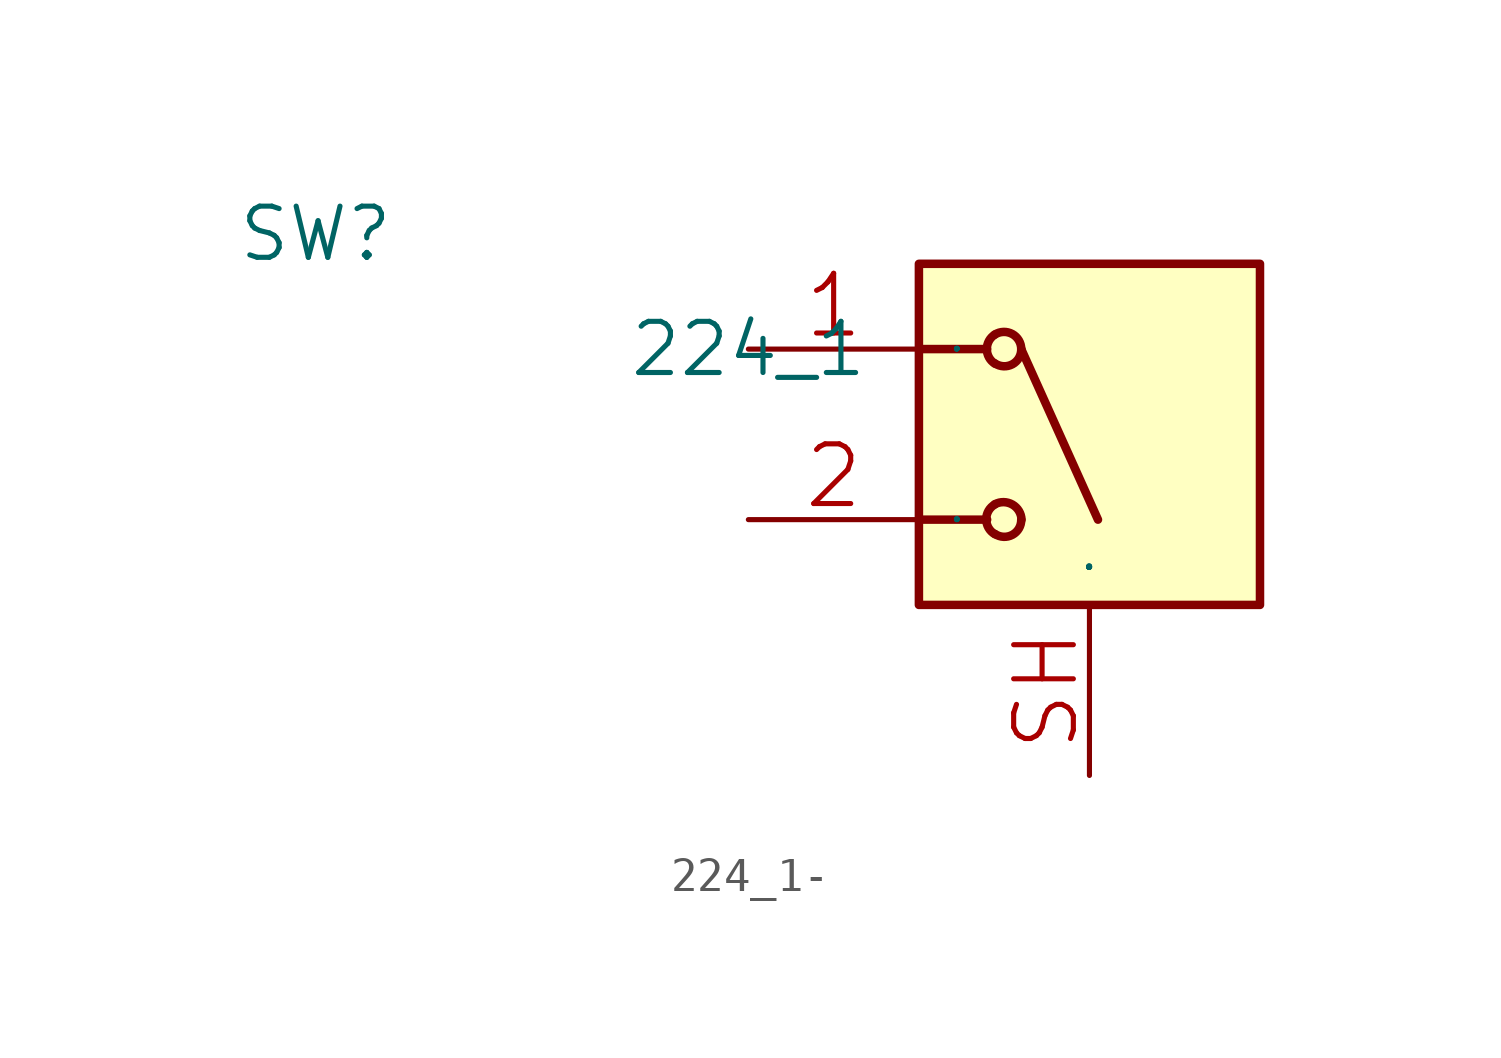
<source format=kicad_sym>
(kicad_symbol_lib
  (version 20220914)
  (generator kicad_symbol_editor)
  (symbol "224_1-"
    (pin_names
      (offset 1.016))
    (property "Reference" "SW"
      (at -15.24 2.54 0)
      (effects (font (size 1.524 1.524)) (justify left bottom)))
    (property "Value" "224_1"
      (at 0 0 0)
      (effects (font (size 1.524 1.524))))
    (property "Footprint" ""
      (at 0 0 0)
      (effects (font (size 1.524 1.524))))
    (property "Datasheet" ""
      (at 0 0 0)
      (effects (font (size 1.524 1.524))))
    (symbol "224_1-_0_1"
      (polyline (pts (xy 5.08 -5.08) (xy 7.112 -5.08)) (stroke (width 0.254) (type solid)) (fill (type none)))
      (polyline (pts (xy 5.08 0) (xy 7.112 0)) (stroke (width 0.254) (type solid)) (fill (type none)))
      (polyline (pts (xy 8.128 0) (xy 10.414 -5.08)) (stroke (width 0.254) (type solid)) (fill (type none)))
      (rectangle (start 15.24 -7.62) (end 5.08 2.54) (stroke (width 0.254) (type solid)) (fill (type background)))
      (pin passive line (at 0 0 0) (length 5.08) (name "P" (effects (font (size 0.025 0.025)))) (number "1" (effects (font (size 1.778 1.778)))))
      (pin passive line (at 0 -5.08 0) (length 5.08) (name "P" (effects (font (size 0.025 0.025)))) (number "2" (effects (font (size 1.778 1.778)))))
      (pin passive line (at 10.16 -12.7 90) (length 5.08) (name "SH" (effects (font (size 0.025 0.025)))) (number "SH" (effects (font (size 1.778 1.778))))))
    (symbol "224_1-_1_1"
      (arc (start 7.3406 -5.5118) (mid 7.8658 -5.5318) (end 8.128 -5.08) (stroke (width 0.254) (type solid)) (fill (type none)))
      (arc (start 7.3406 -4.6228) (mid 7.0842 -5.0731) (end 7.3406 -5.5118) (stroke (width 0.254) (type solid)) (fill (type none)))
      (arc (start 7.3406 -0.4318) (mid 7.8658 -0.4518) (end 8.128 0) (stroke (width 0.254) (type solid)) (fill (type none)))
      (arc (start 7.3406 0.4318) (mid 7.1057 0) (end 7.3406 -0.4318) (stroke (width 0.254) (type solid)) (fill (type none)))
      (arc (start 8.128 -5.08) (mid 7.8685 -4.6369) (end 7.3406 -4.6228) (stroke (width 0.254) (type solid)) (fill (type none)))
      (arc (start 8.128 0) (mid 7.8628 0.4462) (end 7.3406 0.4318) (stroke (width 0.254) (type solid)) (fill (type none))))))
</source>
